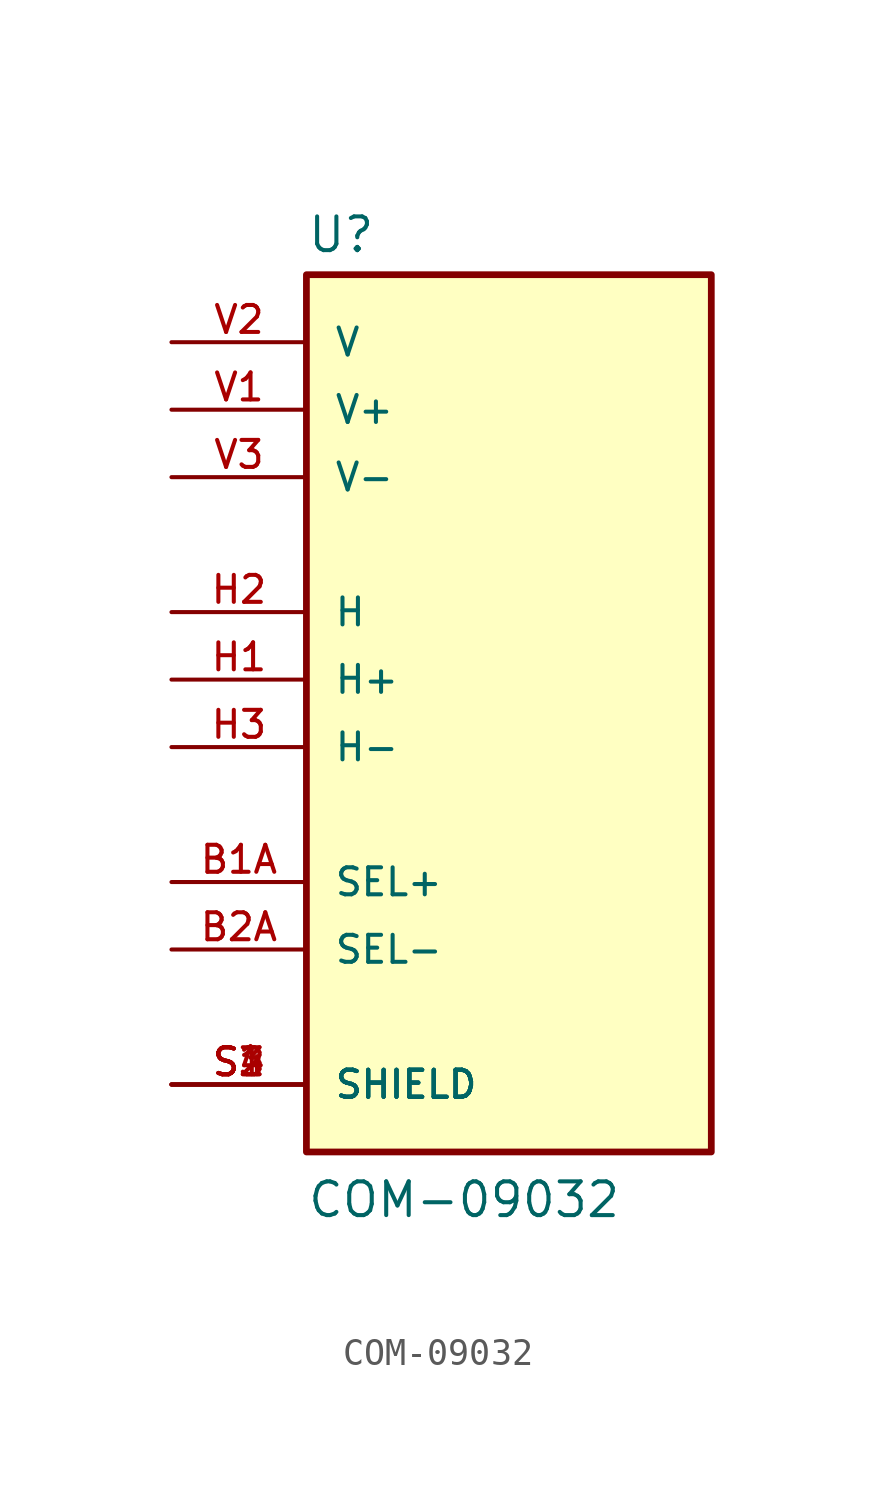
<source format=kicad_sym>
(kicad_symbol_lib
  (version 20211014)
  (generator kicad_symbol_editor)
  (symbol "COM-09032"
    (pin_names
      (offset 1.016))
    (property "Reference" "U"
      (at -7.62 16.002 0)
      (effects (font (size 1.27 1.27)) (justify left bottom)))
    (property "Value" "COM-09032"
      (at -7.62 -20.32 0)
      (effects (font (size 1.27 1.27)) (justify left bottom)))
    (property "ki_locked" ""
      (at 0 0 0)
      (effects (font (size 1.27 1.27))))
    (symbol "COM-09032_0_0"
      (rectangle (start -7.62 -17.78) (end 7.62 15.24) (stroke (width 0.254) (type default) (color 0 0 0 0)) (fill (type background)))
      (pin passive line (at -12.7 -7.62 0) (length 5.08) (name "SEL+" (effects (font (size 1.016 1.016)))) (number "B1A" (effects (font (size 1.016 1.016)))))
      (pin passive line (at -12.7 -10.16 0) (length 5.08) (name "SEL-" (effects (font (size 1.016 1.016)))) (number "B2A" (effects (font (size 1.016 1.016)))))
      (pin passive line (at -12.7 0 0) (length 5.08) (name "H+" (effects (font (size 1.016 1.016)))) (number "H1" (effects (font (size 1.016 1.016)))))
      (pin passive line (at -12.7 2.54 0) (length 5.08) (name "H" (effects (font (size 1.016 1.016)))) (number "H2" (effects (font (size 1.016 1.016)))))
      (pin passive line (at -12.7 -2.54 0) (length 5.08) (name "H-" (effects (font (size 1.016 1.016)))) (number "H3" (effects (font (size 1.016 1.016)))))
      (pin passive line (at -12.7 -15.24 0) (length 5.08) (name "SHIELD" (effects (font (size 1.016 1.016)))) (number "S1" (effects (font (size 1.016 1.016)))))
      (pin passive line (at -12.7 -15.24 0) (length 5.08) (name "SHIELD" (effects (font (size 1.016 1.016)))) (number "S2" (effects (font (size 1.016 1.016)))))
      (pin passive line (at -12.7 -15.24 0) (length 5.08) (name "SHIELD" (effects (font (size 1.016 1.016)))) (number "S3" (effects (font (size 1.016 1.016)))))
      (pin passive line (at -12.7 -15.24 0) (length 5.08) (name "SHIELD" (effects (font (size 1.016 1.016)))) (number "S4" (effects (font (size 1.016 1.016)))))
      (pin passive line (at -12.7 10.16 0) (length 5.08) (name "V+" (effects (font (size 1.016 1.016)))) (number "V1" (effects (font (size 1.016 1.016)))))
      (pin passive line (at -12.7 12.7 0) (length 5.08) (name "V" (effects (font (size 1.016 1.016)))) (number "V2" (effects (font (size 1.016 1.016)))))
      (pin passive line (at -12.7 7.62 0) (length 5.08) (name "V-" (effects (font (size 1.016 1.016)))) (number "V3" (effects (font (size 1.016 1.016))))))))
</source>
